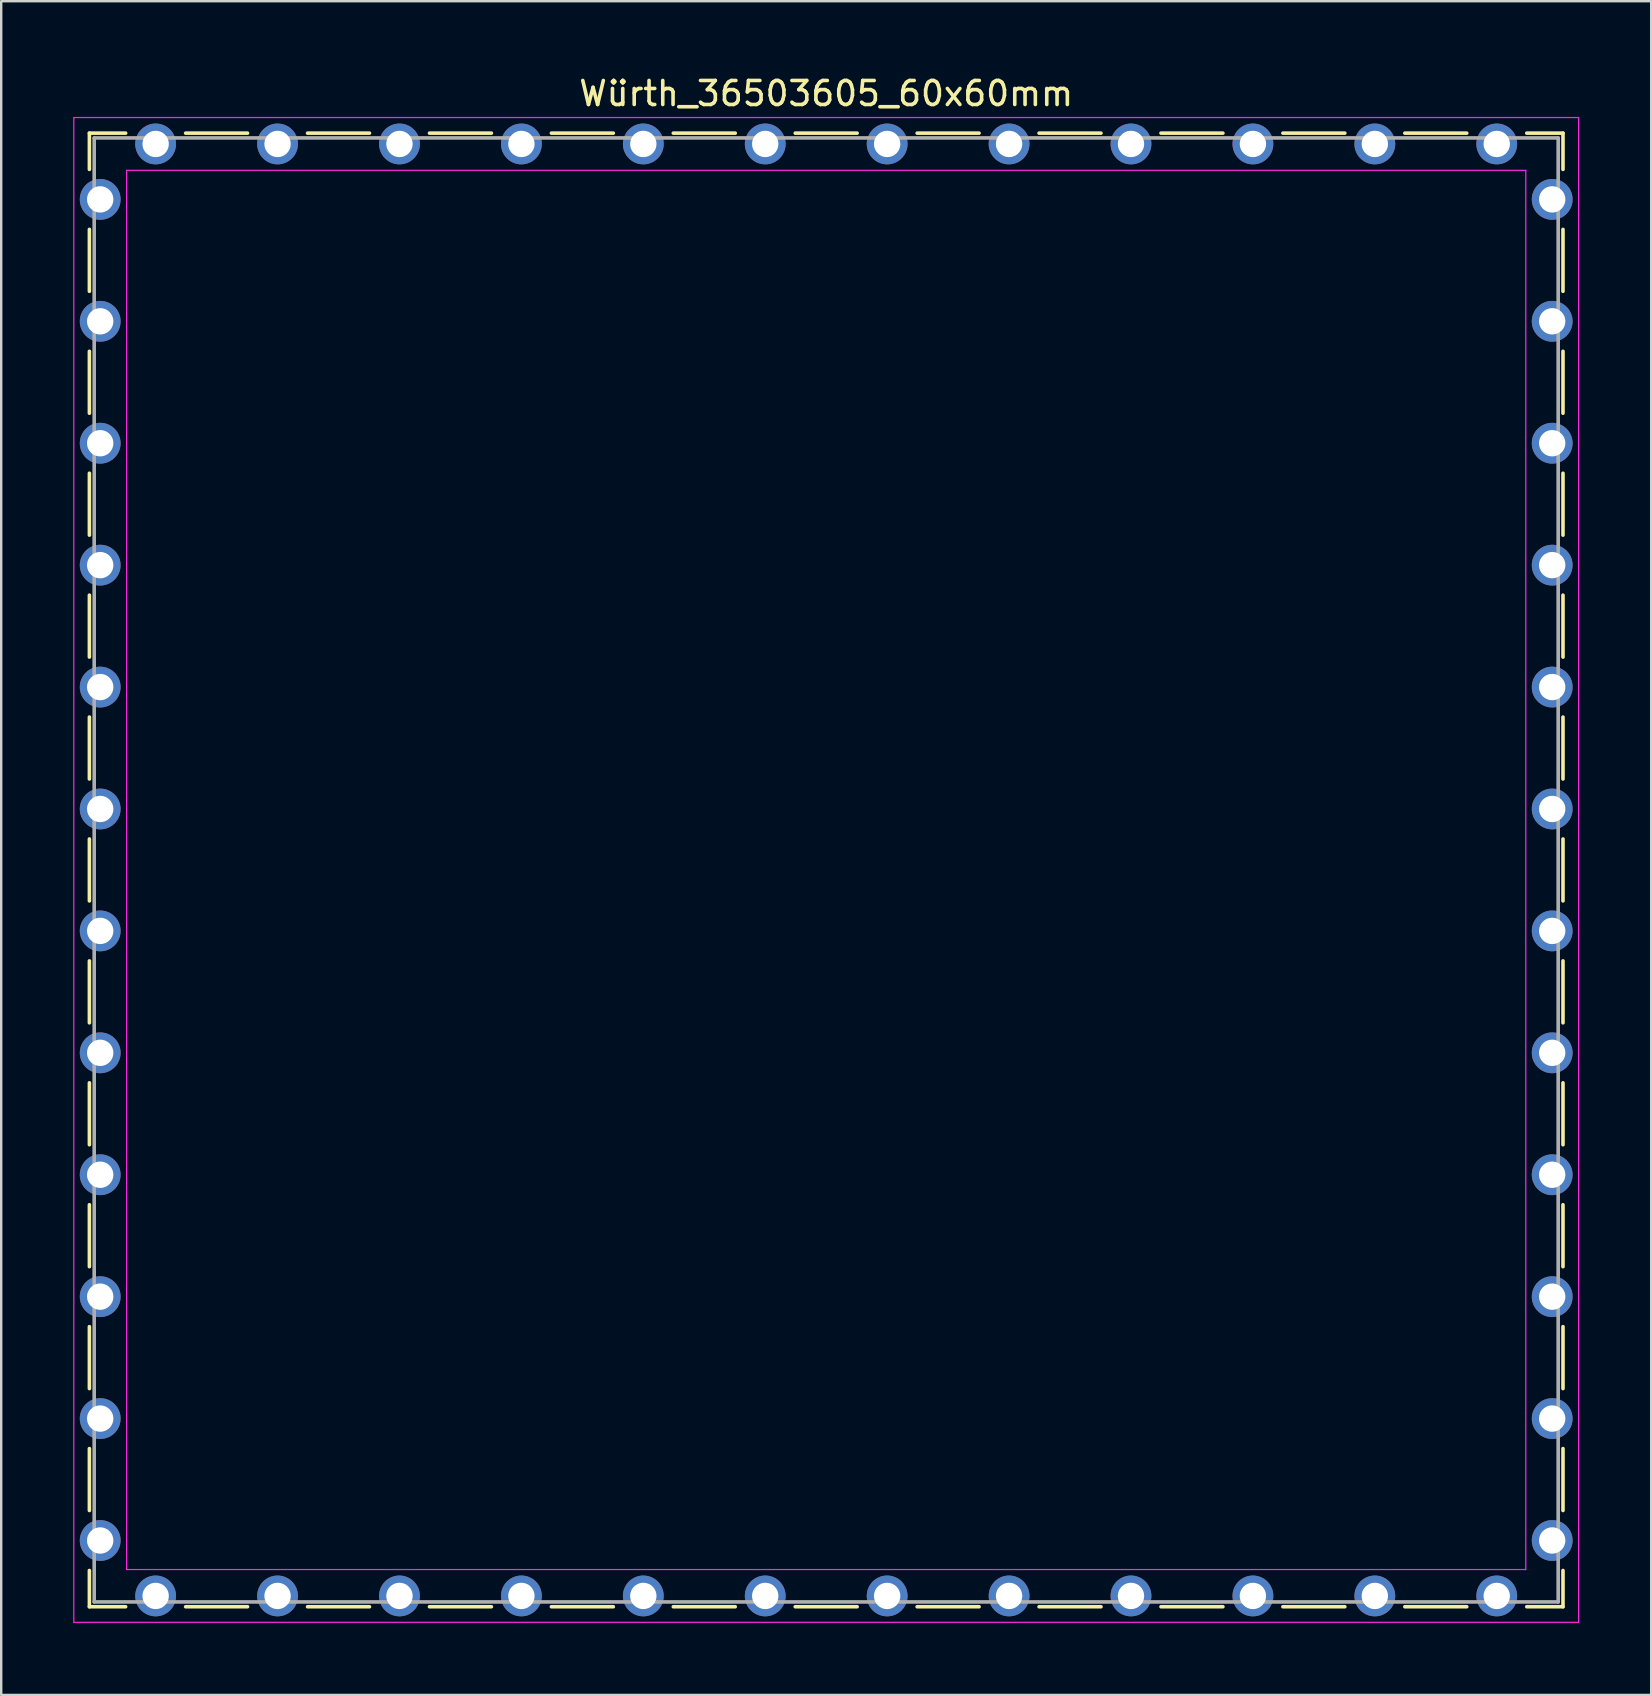
<source format=kicad_pcb>
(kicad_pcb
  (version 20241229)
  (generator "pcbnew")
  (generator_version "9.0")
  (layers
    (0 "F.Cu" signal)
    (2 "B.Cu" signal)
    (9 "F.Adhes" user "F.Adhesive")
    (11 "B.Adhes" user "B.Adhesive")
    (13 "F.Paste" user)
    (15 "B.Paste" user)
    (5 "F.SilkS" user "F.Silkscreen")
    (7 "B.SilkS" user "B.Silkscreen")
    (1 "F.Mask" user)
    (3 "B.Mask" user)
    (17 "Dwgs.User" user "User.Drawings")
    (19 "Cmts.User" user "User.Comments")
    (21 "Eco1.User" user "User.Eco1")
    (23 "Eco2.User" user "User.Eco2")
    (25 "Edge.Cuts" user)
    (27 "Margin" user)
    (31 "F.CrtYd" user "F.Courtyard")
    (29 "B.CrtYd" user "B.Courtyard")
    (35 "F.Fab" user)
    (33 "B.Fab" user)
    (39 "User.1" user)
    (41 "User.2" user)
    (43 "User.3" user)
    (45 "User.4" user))
  (footprint "Würth_36503605_60x60mm"
    (layer "F.Cu")
    (at 31.375 33.198)
    (property "Reference" "Würth_36503605_60x60mm" (at 0 -32.35 0) (layer "F.SilkS") (effects (font (size 1 1) (thickness 0.15))))
    (attr through_hole)
    (fp_line (start -30.7 -30.7) (end -29.19 -30.7) (stroke (width 0.15) (type solid)) (layer "F.SilkS"))
    (fp_line (start -30.7 -29.19) (end -30.7 -30.7) (stroke (width 0.15) (type solid)) (layer "F.SilkS"))
    (fp_line (start -30.7 -24.11) (end -30.7 -26.69) (stroke (width 0.15) (type solid)) (layer "F.SilkS"))
    (fp_line (start -30.7 -19.03) (end -30.7 -21.61) (stroke (width 0.15) (type solid)) (layer "F.SilkS"))
    (fp_line (start -30.7 -13.95) (end -30.7 -16.53) (stroke (width 0.15) (type solid)) (layer "F.SilkS"))
    (fp_line (start -30.7 -8.87) (end -30.7 -11.45) (stroke (width 0.15) (type solid)) (layer "F.SilkS"))
    (fp_line (start -30.7 -3.79) (end -30.7 -6.37) (stroke (width 0.15) (type solid)) (layer "F.SilkS"))
    (fp_line (start -30.7 -1.29) (end -30.7 1.29) (stroke (width 0.15) (type solid)) (layer "F.SilkS"))
    (fp_line (start -30.7 3.79) (end -30.7 6.37) (stroke (width 0.15) (type solid)) (layer "F.SilkS"))
    (fp_line (start -30.7 8.87) (end -30.7 11.45) (stroke (width 0.15) (type solid)) (layer "F.SilkS"))
    (fp_line (start -30.7 13.95) (end -30.7 16.53) (stroke (width 0.15) (type solid)) (layer "F.SilkS"))
    (fp_line (start -30.7 19.03) (end -30.7 21.61) (stroke (width 0.15) (type solid)) (layer "F.SilkS"))
    (fp_line (start -30.7 24.11) (end -30.7 26.69) (stroke (width 0.15) (type solid)) (layer "F.SilkS"))
    (fp_line (start -30.7 29.19) (end -30.7 30.7) (stroke (width 0.15) (type solid)) (layer "F.SilkS"))
    (fp_line (start -30.7 30.7) (end -29.19 30.7) (stroke (width 0.15) (type solid)) (layer "F.SilkS"))
    (fp_line (start -24.11 -30.7) (end -26.69 -30.7) (stroke (width 0.15) (type solid)) (layer "F.SilkS"))
    (fp_line (start -24.11 30.7) (end -26.69 30.7) (stroke (width 0.15) (type solid)) (layer "F.SilkS"))
    (fp_line (start -19.03 -30.7) (end -21.61 -30.7) (stroke (width 0.15) (type solid)) (layer "F.SilkS"))
    (fp_line (start -19.03 30.7) (end -21.61 30.7) (stroke (width 0.15) (type solid)) (layer "F.SilkS"))
    (fp_line (start -13.95 -30.7) (end -16.53 -30.7) (stroke (width 0.15) (type solid)) (layer "F.SilkS"))
    (fp_line (start -13.95 30.7) (end -16.53 30.7) (stroke (width 0.15) (type solid)) (layer "F.SilkS"))
    (fp_line (start -8.87 -30.7) (end -11.45 -30.7) (stroke (width 0.15) (type solid)) (layer "F.SilkS"))
    (fp_line (start -8.87 30.7) (end -11.45 30.7) (stroke (width 0.15) (type solid)) (layer "F.SilkS"))
    (fp_line (start -3.79 -30.7) (end -6.37 -30.7) (stroke (width 0.15) (type solid)) (layer "F.SilkS"))
    (fp_line (start -3.79 30.7) (end -6.37 30.7) (stroke (width 0.15) (type solid)) (layer "F.SilkS"))
    (fp_line (start 1.29 -30.7) (end -1.29 -30.7) (stroke (width 0.15) (type solid)) (layer "F.SilkS"))
    (fp_line (start 1.29 30.7) (end -1.29 30.7) (stroke (width 0.15) (type solid)) (layer "F.SilkS"))
    (fp_line (start 3.79 -30.7) (end 6.37 -30.7) (stroke (width 0.15) (type solid)) (layer "F.SilkS"))
    (fp_line (start 3.79 30.7) (end 6.37 30.7) (stroke (width 0.15) (type solid)) (layer "F.SilkS"))
    (fp_line (start 8.87 -30.7) (end 11.45 -30.7) (stroke (width 0.15) (type solid)) (layer "F.SilkS"))
    (fp_line (start 8.87 30.7) (end 11.45 30.7) (stroke (width 0.15) (type solid)) (layer "F.SilkS"))
    (fp_line (start 13.95 -30.7) (end 16.53 -30.7) (stroke (width 0.15) (type solid)) (layer "F.SilkS"))
    (fp_line (start 13.95 30.7) (end 16.53 30.7) (stroke (width 0.15) (type solid)) (layer "F.SilkS"))
    (fp_line (start 19.03 -30.7) (end 21.61 -30.7) (stroke (width 0.15) (type solid)) (layer "F.SilkS"))
    (fp_line (start 19.03 30.7) (end 21.61 30.7) (stroke (width 0.15) (type solid)) (layer "F.SilkS"))
    (fp_line (start 24.11 -30.7) (end 26.69 -30.7) (stroke (width 0.15) (type solid)) (layer "F.SilkS"))
    (fp_line (start 24.11 30.7) (end 26.69 30.7) (stroke (width 0.15) (type solid)) (layer "F.SilkS"))
    (fp_line (start 30.7 -30.7) (end 29.19 -30.7) (stroke (width 0.15) (type solid)) (layer "F.SilkS"))
    (fp_line (start 30.7 -29.19) (end 30.7 -30.7) (stroke (width 0.15) (type solid)) (layer "F.SilkS"))
    (fp_line (start 30.7 -24.11) (end 30.7 -26.69) (stroke (width 0.15) (type solid)) (layer "F.SilkS"))
    (fp_line (start 30.7 -19.03) (end 30.7 -21.61) (stroke (width 0.15) (type solid)) (layer "F.SilkS"))
    (fp_line (start 30.7 -13.95) (end 30.7 -16.53) (stroke (width 0.15) (type solid)) (layer "F.SilkS"))
    (fp_line (start 30.7 -8.87) (end 30.7 -11.45) (stroke (width 0.15) (type solid)) (layer "F.SilkS"))
    (fp_line (start 30.7 -3.79) (end 30.7 -6.37) (stroke (width 0.15) (type solid)) (layer "F.SilkS"))
    (fp_line (start 30.7 1.29) (end 30.7 -1.29) (stroke (width 0.15) (type solid)) (layer "F.SilkS"))
    (fp_line (start 30.7 3.79) (end 30.7 6.37) (stroke (width 0.15) (type solid)) (layer "F.SilkS"))
    (fp_line (start 30.7 8.87) (end 30.7 11.45) (stroke (width 0.15) (type solid)) (layer "F.SilkS"))
    (fp_line (start 30.7 13.95) (end 30.7 16.53) (stroke (width 0.15) (type solid)) (layer "F.SilkS"))
    (fp_line (start 30.7 19.03) (end 30.7 21.61) (stroke (width 0.15) (type solid)) (layer "F.SilkS"))
    (fp_line (start 30.7 24.11) (end 30.7 26.69) (stroke (width 0.15) (type solid)) (layer "F.SilkS"))
    (fp_line (start 30.7 29.19) (end 30.7 30.7) (stroke (width 0.15) (type solid)) (layer "F.SilkS"))
    (fp_line (start 30.7 30.7) (end 29.19 30.7) (stroke (width 0.15) (type solid)) (layer "F.SilkS"))
    (fp_line (start -31.35 -31.35) (end -31.35 31.35) (stroke (width 0.05) (type solid)) (layer "F.CrtYd"))
    (fp_line (start -31.35 31.35) (end 31.35 31.35) (stroke (width 0.05) (type solid)) (layer "F.CrtYd"))
    (fp_line (start -29.15 -29.15) (end -29.15 29.15) (stroke (width 0.05) (type solid)) (layer "F.CrtYd"))
    (fp_line (start -29.15 29.15) (end 29.15 29.15) (stroke (width 0.05) (type solid)) (layer "F.CrtYd"))
    (fp_line (start 29.15 -29.15) (end -29.15 -29.15) (stroke (width 0.05) (type solid)) (layer "F.CrtYd"))
    (fp_line (start 29.15 29.15) (end 29.15 -29.15) (stroke (width 0.05) (type solid)) (layer "F.CrtYd"))
    (fp_line (start 31.35 -31.35) (end -31.35 -31.35) (stroke (width 0.05) (type solid)) (layer "F.CrtYd"))
    (fp_line (start 31.35 31.35) (end 31.35 -31.35) (stroke (width 0.05) (type solid)) (layer "F.CrtYd"))
    (fp_line (start -30.5 -30.5) (end -30.5 30.5) (stroke (width 0.15) (type solid)) (layer "F.Fab"))
    (fp_line (start -30.5 30.5) (end 30.5 30.5) (stroke (width 0.15) (type solid)) (layer "F.Fab"))
    (fp_line (start 30.5 -30.5) (end -30.5 -30.5) (stroke (width 0.15) (type solid)) (layer "F.Fab"))
    (fp_line (start 30.5 30.5) (end 30.5 -30.5) (stroke (width 0.15) (type solid)) (layer "F.Fab"))
    (pad "1" thru_hole circle (at -30.25 -27.94) (size 1.7 1.7) (drill 1.1) (layers "*.Cu" "*.Mask"))
    (pad "1" thru_hole circle (at -30.25 -22.86) (size 1.7 1.7) (drill 1.1) (layers "*.Cu" "*.Mask"))
    (pad "1" thru_hole circle (at -30.25 -17.78) (size 1.7 1.7) (drill 1.1) (layers "*.Cu" "*.Mask"))
    (pad "1" thru_hole circle (at -30.25 -12.7) (size 1.7 1.7) (drill 1.1) (layers "*.Cu" "*.Mask"))
    (pad "1" thru_hole circle (at -30.25 -7.62) (size 1.7 1.7) (drill 1.1) (layers "*.Cu" "*.Mask"))
    (pad "1" thru_hole circle (at -30.25 -2.54) (size 1.7 1.7) (drill 1.1) (layers "*.Cu" "*.Mask"))
    (pad "1" thru_hole circle (at -30.25 2.54) (size 1.7 1.7) (drill 1.1) (layers "*.Cu" "*.Mask"))
    (pad "1" thru_hole circle (at -30.25 7.62) (size 1.7 1.7) (drill 1.1) (layers "*.Cu" "*.Mask"))
    (pad "1" thru_hole circle (at -30.25 12.7) (size 1.7 1.7) (drill 1.1) (layers "*.Cu" "*.Mask"))
    (pad "1" thru_hole circle (at -30.25 17.78) (size 1.7 1.7) (drill 1.1) (layers "*.Cu" "*.Mask"))
    (pad "1" thru_hole circle (at -30.25 22.86) (size 1.7 1.7) (drill 1.1) (layers "*.Cu" "*.Mask"))
    (pad "1" thru_hole circle (at -30.25 27.94) (size 1.7 1.7) (drill 1.1) (layers "*.Cu" "*.Mask"))
    (pad "1" thru_hole circle (at -27.94 -30.25) (size 1.7 1.7) (drill 1.1) (layers "*.Cu" "*.Mask"))
    (pad "1" thru_hole circle (at -27.94 30.25) (size 1.7 1.7) (drill 1.1) (layers "*.Cu" "*.Mask"))
    (pad "1" thru_hole circle (at -22.86 -30.25) (size 1.7 1.7) (drill 1.1) (layers "*.Cu" "*.Mask"))
    (pad "1" thru_hole circle (at -22.86 30.25) (size 1.7 1.7) (drill 1.1) (layers "*.Cu" "*.Mask"))
    (pad "1" thru_hole circle (at -17.78 -30.25) (size 1.7 1.7) (drill 1.1) (layers "*.Cu" "*.Mask"))
    (pad "1" thru_hole circle (at -17.78 30.25) (size 1.7 1.7) (drill 1.1) (layers "*.Cu" "*.Mask"))
    (pad "1" thru_hole circle (at -12.7 -30.25) (size 1.7 1.7) (drill 1.1) (layers "*.Cu" "*.Mask"))
    (pad "1" thru_hole circle (at -12.7 30.25) (size 1.7 1.7) (drill 1.1) (layers "*.Cu" "*.Mask"))
    (pad "1" thru_hole circle (at -7.62 -30.25) (size 1.7 1.7) (drill 1.1) (layers "*.Cu" "*.Mask"))
    (pad "1" thru_hole circle (at -7.62 30.25) (size 1.7 1.7) (drill 1.1) (layers "*.Cu" "*.Mask"))
    (pad "1" thru_hole circle (at -2.54 -30.25) (size 1.7 1.7) (drill 1.1) (layers "*.Cu" "*.Mask"))
    (pad "1" thru_hole circle (at -2.54 30.25) (size 1.7 1.7) (drill 1.1) (layers "*.Cu" "*.Mask"))
    (pad "1" thru_hole circle (at 2.54 -30.25) (size 1.7 1.7) (drill 1.1) (layers "*.Cu" "*.Mask"))
    (pad "1" thru_hole circle (at 2.54 30.25) (size 1.7 1.7) (drill 1.1) (layers "*.Cu" "*.Mask"))
    (pad "1" thru_hole circle (at 7.62 -30.25) (size 1.7 1.7) (drill 1.1) (layers "*.Cu" "*.Mask"))
    (pad "1" thru_hole circle (at 7.62 30.25) (size 1.7 1.7) (drill 1.1) (layers "*.Cu" "*.Mask"))
    (pad "1" thru_hole circle (at 12.7 -30.25) (size 1.7 1.7) (drill 1.1) (layers "*.Cu" "*.Mask"))
    (pad "1" thru_hole circle (at 12.7 30.25) (size 1.7 1.7) (drill 1.1) (layers "*.Cu" "*.Mask"))
    (pad "1" thru_hole circle (at 17.78 -30.25) (size 1.7 1.7) (drill 1.1) (layers "*.Cu" "*.Mask"))
    (pad "1" thru_hole circle (at 17.78 30.25) (size 1.7 1.7) (drill 1.1) (layers "*.Cu" "*.Mask"))
    (pad "1" thru_hole circle (at 22.86 -30.25) (size 1.7 1.7) (drill 1.1) (layers "*.Cu" "*.Mask"))
    (pad "1" thru_hole circle (at 22.86 30.25) (size 1.7 1.7) (drill 1.1) (layers "*.Cu" "*.Mask"))
    (pad "1" thru_hole circle (at 27.94 -30.25) (size 1.7 1.7) (drill 1.1) (layers "*.Cu" "*.Mask"))
    (pad "1" thru_hole circle (at 27.94 30.25) (size 1.7 1.7) (drill 1.1) (layers "*.Cu" "*.Mask"))
    (pad "1" thru_hole circle (at 30.25 -27.94) (size 1.7 1.7) (drill 1.1) (layers "*.Cu" "*.Mask"))
    (pad "1" thru_hole circle (at 30.25 -22.86) (size 1.7 1.7) (drill 1.1) (layers "*.Cu" "*.Mask"))
    (pad "1" thru_hole circle (at 30.25 -17.78) (size 1.7 1.7) (drill 1.1) (layers "*.Cu" "*.Mask"))
    (pad "1" thru_hole circle (at 30.25 -12.7) (size 1.7 1.7) (drill 1.1) (layers "*.Cu" "*.Mask"))
    (pad "1" thru_hole circle (at 30.25 -7.62) (size 1.7 1.7) (drill 1.1) (layers "*.Cu" "*.Mask"))
    (pad "1" thru_hole circle (at 30.25 -2.54) (size 1.7 1.7) (drill 1.1) (layers "*.Cu" "*.Mask"))
    (pad "1" thru_hole circle (at 30.25 2.54) (size 1.7 1.7) (drill 1.1) (layers "*.Cu" "*.Mask"))
    (pad "1" thru_hole circle (at 30.25 7.62) (size 1.7 1.7) (drill 1.1) (layers "*.Cu" "*.Mask"))
    (pad "1" thru_hole circle (at 30.25 12.7) (size 1.7 1.7) (drill 1.1) (layers "*.Cu" "*.Mask"))
    (pad "1" thru_hole circle (at 30.25 17.78) (size 1.7 1.7) (drill 1.1) (layers "*.Cu" "*.Mask"))
    (pad "1" thru_hole circle (at 30.25 22.86) (size 1.7 1.7) (drill 1.1) (layers "*.Cu" "*.Mask"))
    (pad "1" thru_hole circle (at 30.25 27.94) (size 1.7 1.7) (drill 1.1) (layers "*.Cu" "*.Mask")))
  (gr_rect
    (start -3 -3)
    (end 65.75 67.573)
    (stroke (width 0.1) (type default))
    (fill no)
    (layer "Edge.Cuts")))
</source>
